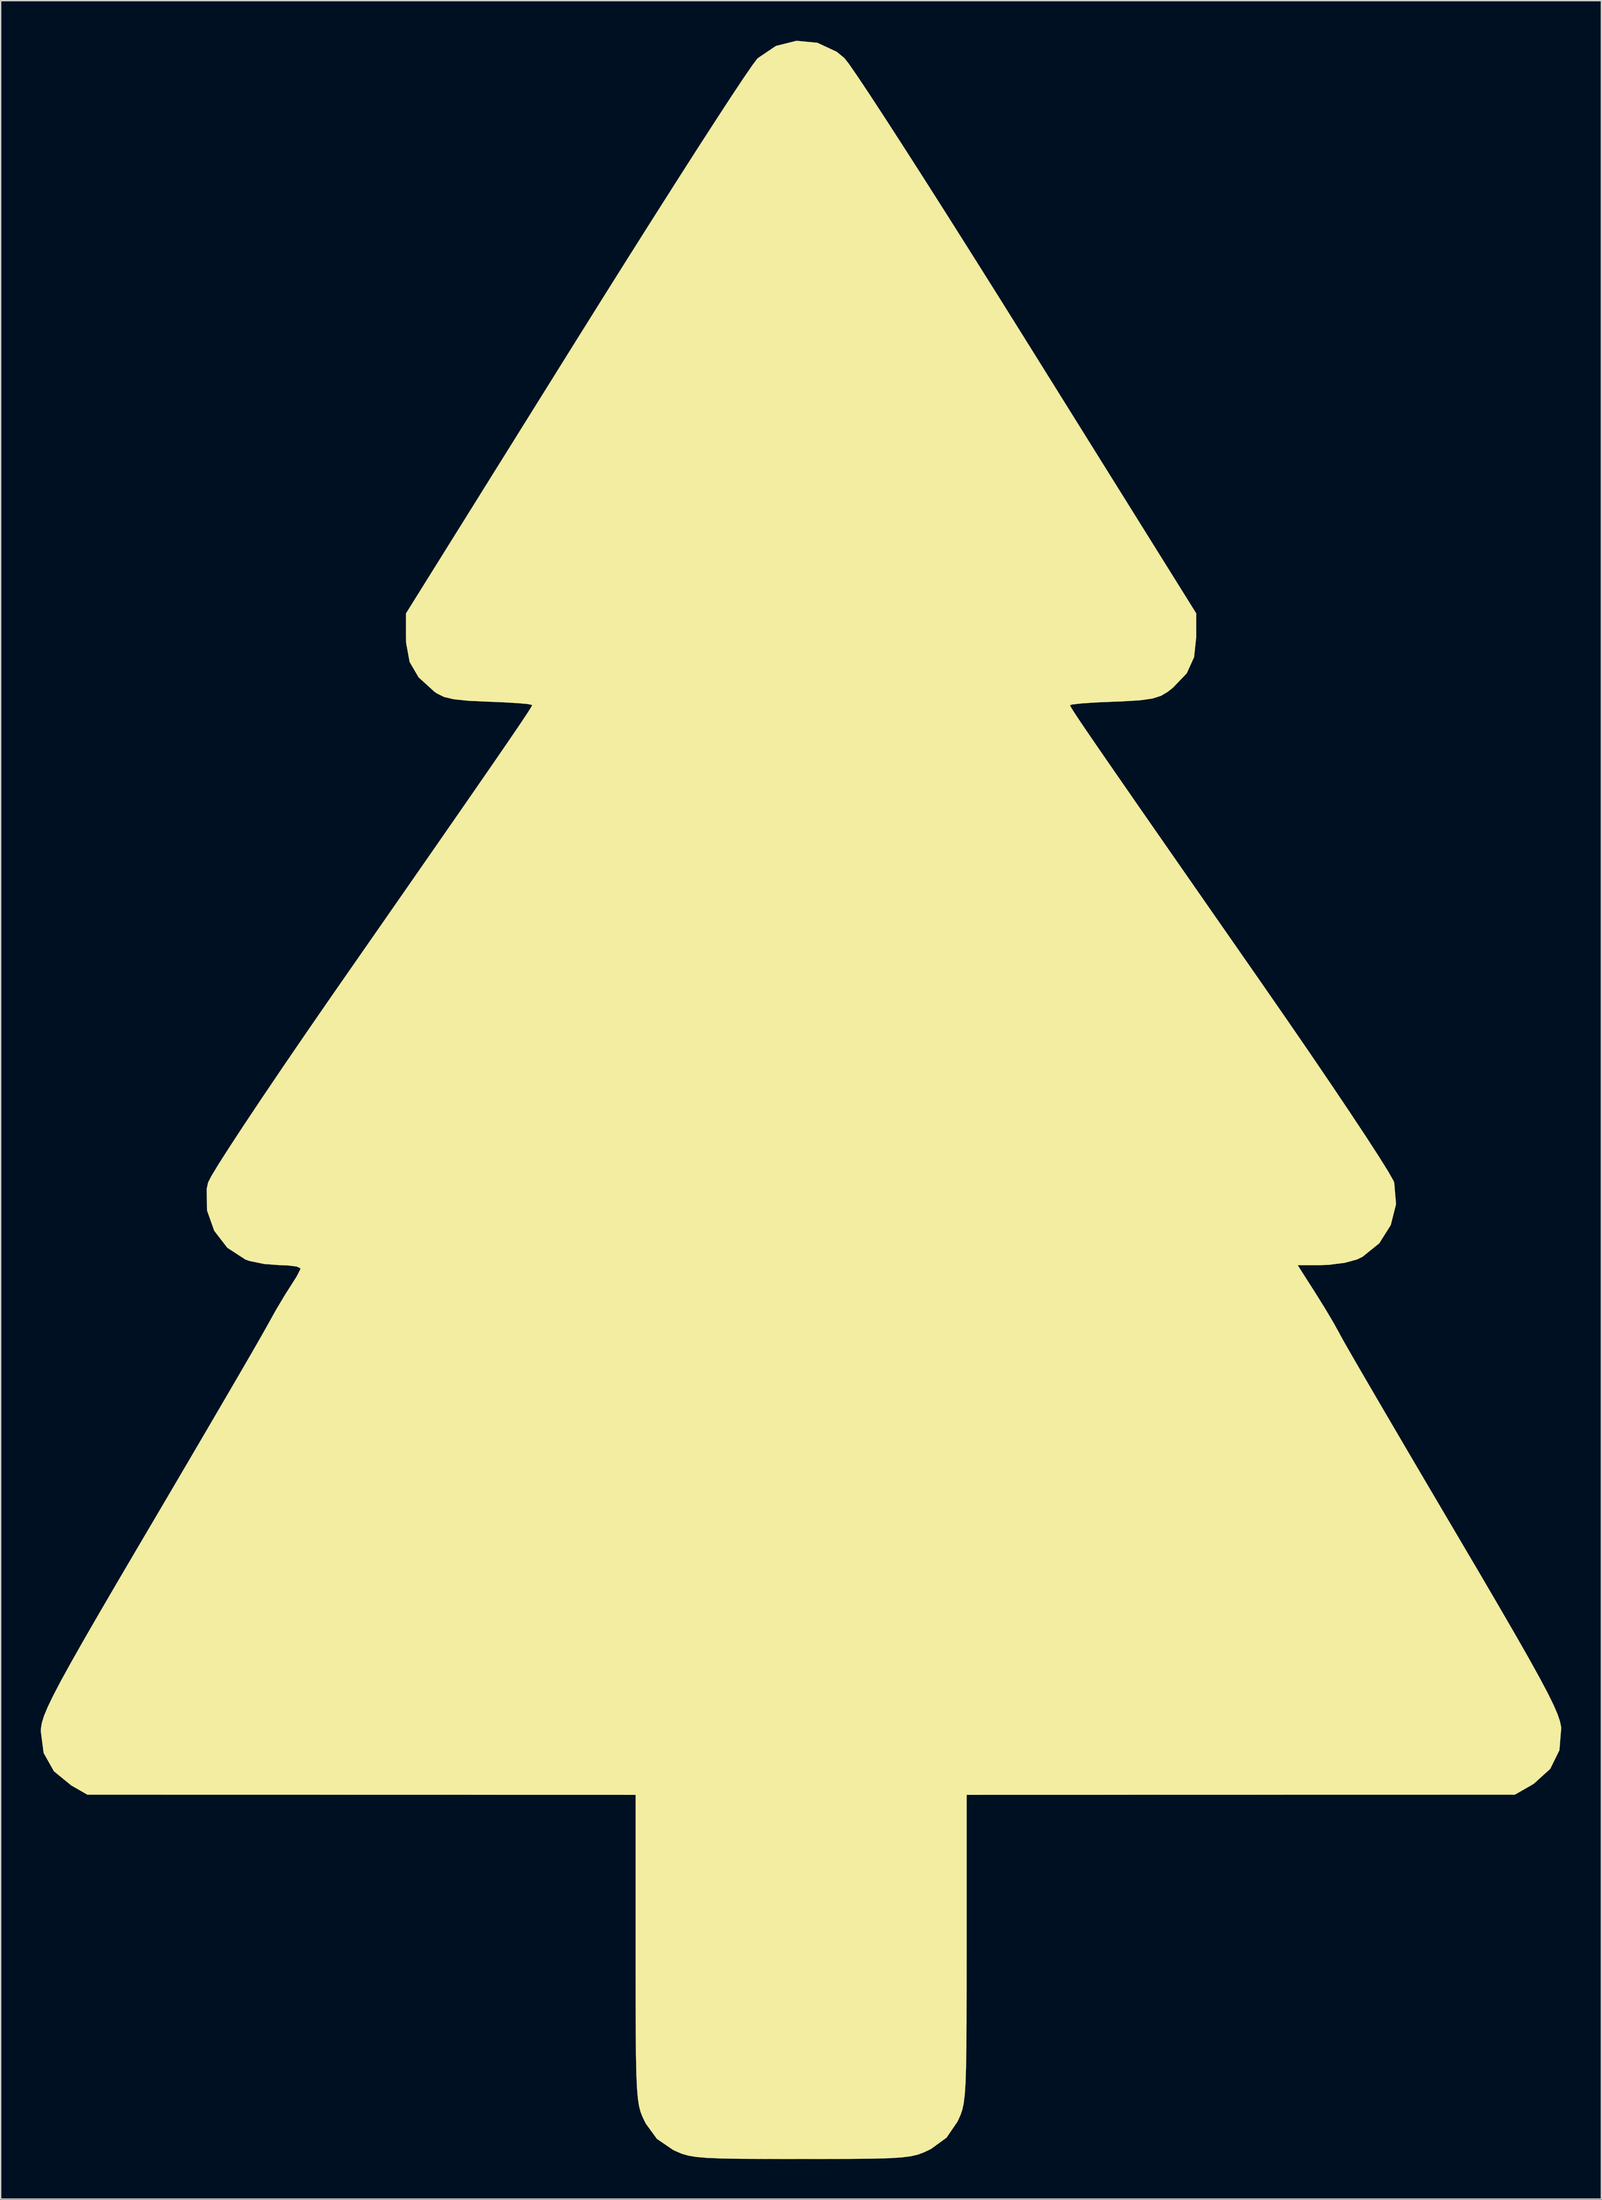
<source format=kicad_pcb>
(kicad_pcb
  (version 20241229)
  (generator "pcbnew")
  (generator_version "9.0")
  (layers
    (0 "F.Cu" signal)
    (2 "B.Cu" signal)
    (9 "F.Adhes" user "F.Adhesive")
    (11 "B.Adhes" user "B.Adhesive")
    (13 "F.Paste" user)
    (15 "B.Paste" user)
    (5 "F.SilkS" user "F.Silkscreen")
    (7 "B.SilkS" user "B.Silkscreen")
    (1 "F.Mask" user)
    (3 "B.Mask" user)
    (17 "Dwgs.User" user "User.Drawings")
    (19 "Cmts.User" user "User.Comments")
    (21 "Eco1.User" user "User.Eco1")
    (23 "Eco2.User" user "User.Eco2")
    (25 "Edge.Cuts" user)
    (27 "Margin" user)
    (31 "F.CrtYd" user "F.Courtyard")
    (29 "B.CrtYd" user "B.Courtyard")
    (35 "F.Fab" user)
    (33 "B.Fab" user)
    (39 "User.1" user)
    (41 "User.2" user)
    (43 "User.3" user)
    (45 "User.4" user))
  (footprint "drvce"
    (layer "F.Cu")
    (at 56.928 79.263)
    (property "Reference" "drvce" (at 0 0 0) (layer "F.SilkS") (effects (font (size 1.524 1.524) (thickness 0.3))))
    (attr through_hole)
    (fp_poly (pts (xy 1.215 -79.111) (xy 2.669 -78.435) (xy 3.242 -77.962) (xy 3.568 -77.545) (xy 4.191 -76.645) (xy 5.086 -75.303) (xy 6.225 -73.563) (xy 7.579 -71.467) (xy 9.123 -69.059) (xy 10.827 -66.381) (xy 12.664 -63.476) (xy 14.608 -60.387) (xy 16.63 -57.157) (xy 16.924 -56.685) (xy 29.582 -36.396) (xy 29.582 -34.638) (xy 29.42 -33.117) (xy 28.868 -31.909) (xy 27.831 -30.828) (xy 27.45 -30.53) (xy 26.941 -30.226) (xy 26.292 -30.021) (xy 25.36 -29.891) (xy 24.003 -29.809) (xy 23.365 -29.786) (xy 22.035 -29.729) (xy 20.97 -29.657) (xy 20.301 -29.58) (xy 20.134 -29.526) (xy 20.169 -29.437) (xy 20.287 -29.233) (xy 20.512 -28.882) (xy 20.863 -28.352) (xy 21.364 -27.612) (xy 22.036 -26.63) (xy 22.901 -25.374) (xy 23.98 -23.814) (xy 25.295 -21.916) (xy 26.869 -19.651) (xy 28.723 -16.985) (xy 30.878 -13.888) (xy 33.357 -10.328) (xy 34.509 -8.673) (xy 36.333 -6.041) (xy 38.055 -3.534) (xy 39.64 -1.202) (xy 41.055 0.903) (xy 42.266 2.731) (xy 43.238 4.231) (xy 43.938 5.351) (xy 44.332 6.041) (xy 44.404 6.208) (xy 44.541 7.826) (xy 44.145 9.39) (xy 43.287 10.751) (xy 42.038 11.76) (xy 41.609 11.968) (xy 40.703 12.213) (xy 39.524 12.365) (xy 38.886 12.39) (xy 37.175 12.39) (xy 38.51 14.481) (xy 39.222 15.625) (xy 39.862 16.703) (xy 40.304 17.502) (xy 40.338 17.569) (xy 40.589 18.027) (xy 41.124 18.963) (xy 41.91 20.322) (xy 42.915 22.048) (xy 44.107 24.086) (xy 45.453 26.382) (xy 46.921 28.88) (xy 48.48 31.525) (xy 48.806 32.078) (xy 50.642 35.193) (xy 52.182 37.824) (xy 53.453 40.017) (xy 54.48 41.817) (xy 55.286 43.271) (xy 55.899 44.425) (xy 56.341 45.325) (xy 56.639 46.017) (xy 56.817 46.548) (xy 56.9 46.963) (xy 56.907 47.033) (xy 56.774 48.694) (xy 56.081 50.101) (xy 54.853 51.209) (xy 54.64 51.337) (xy 53.433 52.029) (xy 32.912 52.034) (xy 12.39 52.039) (xy 12.39 63.589) (xy 12.389 66.57) (xy 12.384 68.998) (xy 12.371 70.937) (xy 12.347 72.454) (xy 12.309 73.615) (xy 12.251 74.485) (xy 12.172 75.13) (xy 12.068 75.615) (xy 11.934 76.007) (xy 11.768 76.372) (xy 11.693 76.522) (xy 10.885 77.704) (xy 9.746 78.532) (xy 9.614 78.601) (xy 9.174 78.81) (xy 8.731 78.973) (xy 8.204 79.095) (xy 7.512 79.182) (xy 6.572 79.24) (xy 5.302 79.274) (xy 3.622 79.291) (xy 1.45 79.297) (xy 0 79.298) (xy -2.481 79.295) (xy -4.425 79.285) (xy -5.912 79.261) (xy -7.025 79.217) (xy -7.845 79.147) (xy -8.454 79.046) (xy -8.933 78.906) (xy -9.365 78.723) (xy -9.614 78.601) (xy -10.797 77.792) (xy -11.625 76.654) (xy -11.693 76.522) (xy -11.873 76.15) (xy -12.019 75.777) (xy -12.134 75.335) (xy -12.223 74.761) (xy -12.288 73.987) (xy -12.334 72.948) (xy -12.364 71.579) (xy -12.38 69.813) (xy -12.388 67.585) (xy -12.39 64.829) (xy -12.39 63.589) (xy -12.39 52.039) (xy -32.912 52.034) (xy -53.433 52.029) (xy -54.64 51.337) (xy -55.941 50.275) (xy -56.71 48.907) (xy -56.923 47.279) (xy -56.907 47.033) (xy -56.839 46.634) (xy -56.681 46.127) (xy -56.407 45.466) (xy -55.992 44.606) (xy -55.413 43.5) (xy -54.642 42.102) (xy -53.657 40.364) (xy -52.43 38.242) (xy -50.938 35.689) (xy -49.156 32.658) (xy -48.865 32.165) (xy -47.278 29.47) (xy -45.758 26.882) (xy -44.339 24.461) (xy -43.056 22.266) (xy -41.945 20.359) (xy -41.04 18.797) (xy -40.377 17.642) (xy -39.99 16.954) (xy -39.964 16.906) (xy -39.318 15.748) (xy -38.655 14.633) (xy -38.23 13.969) (xy -37.768 13.238) (xy -37.504 12.722) (xy -37.48 12.628) (xy -37.759 12.493) (xy -38.473 12.407) (xy -39.039 12.39) (xy -40.195 12.303) (xy -41.274 12.083) (xy -41.609 11.968) (xy -42.958 11.09) (xy -43.938 9.817) (xy -44.477 8.299) (xy -44.502 6.684) (xy -44.4 6.208) (xy -44.17 5.75) (xy -43.617 4.836) (xy -42.775 3.518) (xy -41.678 1.846) (xy -40.361 -0.128) (xy -38.856 -2.355) (xy -37.198 -4.782) (xy -35.421 -7.359) (xy -34.508 -8.673) (xy -31.853 -12.488) (xy -29.532 -15.825) (xy -27.524 -18.714) (xy -25.809 -21.185) (xy -24.366 -23.268) (xy -23.175 -24.992) (xy -22.214 -26.388) (xy -21.464 -27.486) (xy -20.903 -28.315) (xy -20.511 -28.906) (xy -20.267 -29.288) (xy -20.151 -29.492) (xy -20.134 -29.54) (xy -20.422 -29.607) (xy -21.202 -29.679) (xy -22.344 -29.745) (xy -23.365 -29.786) (xy -24.915 -29.857) (xy -25.988 -29.966) (xy -26.725 -30.14) (xy -27.269 -30.404) (xy -27.45 -30.53) (xy -28.637 -31.609) (xy -29.311 -32.763) (xy -29.57 -34.18) (xy -29.582 -34.638) (xy -29.582 -36.396) (xy -16.924 -56.685) (xy -14.893 -59.932) (xy -12.937 -63.044) (xy -11.082 -65.978) (xy -9.357 -68.691) (xy -7.79 -71.141) (xy -6.406 -73.283) (xy -5.235 -75.077) (xy -4.304 -76.479) (xy -3.639 -77.445) (xy -3.27 -77.934) (xy -3.242 -77.962) (xy -1.885 -78.875) (xy -0.351 -79.258) (xy 1.215 -79.111)) (stroke (width 0.01) (type solid)) (fill yes) (layer "F.SilkS")))
  (gr_rect
    (start -3 -3)
    (end 116.841 161.565)
    (stroke (width 0.1) (type default))
    (fill no)
    (layer "Edge.Cuts")))
</source>
